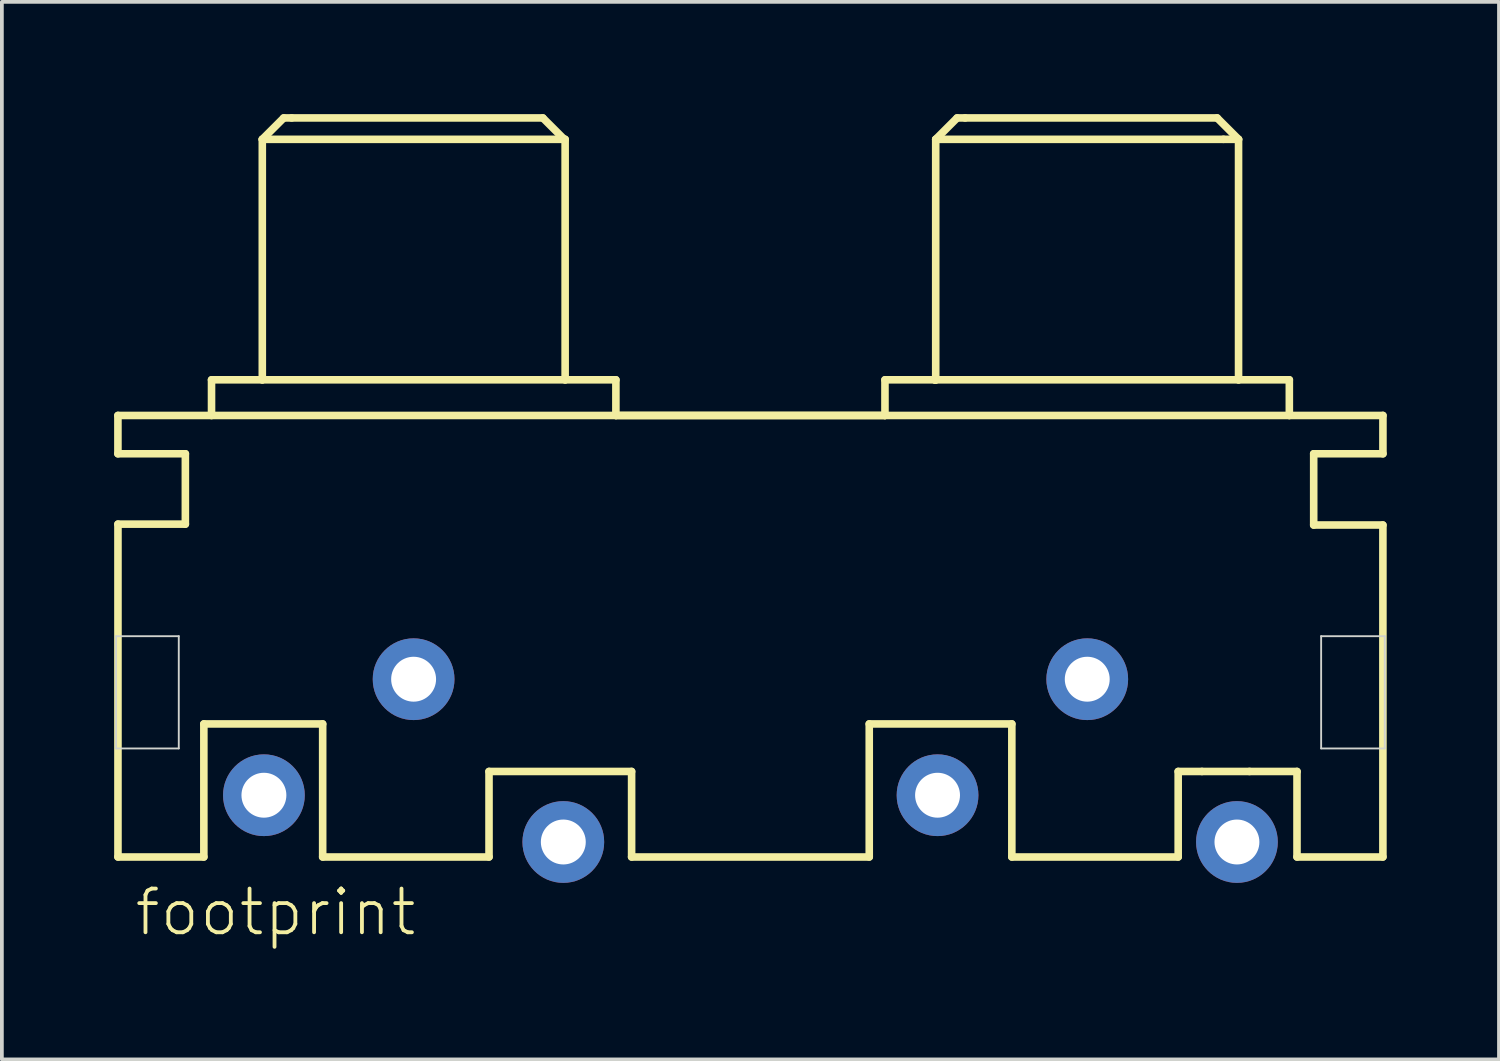
<source format=kicad_pcb>
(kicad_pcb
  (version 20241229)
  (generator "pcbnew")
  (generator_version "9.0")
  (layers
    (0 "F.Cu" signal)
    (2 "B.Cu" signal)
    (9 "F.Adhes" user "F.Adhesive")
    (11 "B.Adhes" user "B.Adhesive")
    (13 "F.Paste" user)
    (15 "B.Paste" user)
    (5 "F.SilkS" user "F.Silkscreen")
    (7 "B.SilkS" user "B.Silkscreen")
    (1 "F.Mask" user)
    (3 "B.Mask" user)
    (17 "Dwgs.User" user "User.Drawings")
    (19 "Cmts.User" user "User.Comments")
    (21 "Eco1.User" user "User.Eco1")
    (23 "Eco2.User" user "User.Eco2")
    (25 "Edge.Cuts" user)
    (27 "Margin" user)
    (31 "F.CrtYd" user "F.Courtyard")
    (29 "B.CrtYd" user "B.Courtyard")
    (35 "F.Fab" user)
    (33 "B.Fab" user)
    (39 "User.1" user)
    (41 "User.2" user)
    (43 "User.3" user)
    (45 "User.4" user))
  (footprint "footprint"
    (layer "F.Cu")
    (at 17.002 18.199)
    (property "Reference" "footprint" (at -16.51 3.81 0) (layer "F.SilkS") (effects (font (size 1.168 1.168) (thickness 0.102)) (justify left bottom)))
    (fp_line (start -16.901 -10.148) (end -16.901 -9.124) (stroke (width 0.203) (type solid)) (layer "F.SilkS"))
    (fp_line (start -16.901 -9.124) (end -15.099 -9.124) (stroke (width 0.203) (type solid)) (layer "F.SilkS"))
    (fp_line (start -16.9 -7.244) (end -16.9 1.65) (stroke (width 0.203) (type solid)) (layer "F.SilkS"))
    (fp_line (start -16.9 1.65) (end -14.605 1.65) (stroke (width 0.203) (type solid)) (layer "F.SilkS"))
    (fp_line (start -15.099 -9.124) (end -15.099 -7.244) (stroke (width 0.203) (type solid)) (layer "F.SilkS"))
    (fp_line (start -15.099 -7.244) (end -16.9 -7.244) (stroke (width 0.203) (type solid)) (layer "F.SilkS"))
    (fp_line (start -14.605 -1.905) (end -11.43 -1.905) (stroke (width 0.203) (type solid)) (layer "F.SilkS"))
    (fp_line (start -14.605 1.65) (end -14.605 -1.905) (stroke (width 0.203) (type solid)) (layer "F.SilkS"))
    (fp_line (start -14.4 -11.1) (end -14.4 -10.148) (stroke (width 0.203) (type solid)) (layer "F.SilkS"))
    (fp_line (start -14.4 -10.148) (end -16.901 -10.148) (stroke (width 0.203) (type solid)) (layer "F.SilkS"))
    (fp_line (start -13.043 -17.526) (end -13.043 -11.1) (stroke (width 0.203) (type solid)) (layer "F.SilkS"))
    (fp_line (start -13.043 -17.526) (end -12.472 -18.097) (stroke (width 0.203) (type solid)) (layer "F.SilkS"))
    (fp_line (start -13.043 -11.1) (end -14.4 -11.1) (stroke (width 0.203) (type solid)) (layer "F.SilkS"))
    (fp_line (start -12.472 -18.097) (end -12.258 -18.097) (stroke (width 0.203) (type solid)) (layer "F.SilkS"))
    (fp_line (start -11.43 -1.905) (end -11.43 1.65) (stroke (width 0.203) (type solid)) (layer "F.SilkS"))
    (fp_line (start -11.43 1.65) (end -6.985 1.65) (stroke (width 0.203) (type solid)) (layer "F.SilkS"))
    (fp_line (start -6.985 -0.635) (end -3.175 -0.635) (stroke (width 0.203) (type solid)) (layer "F.SilkS"))
    (fp_line (start -6.985 1.65) (end -6.985 -0.635) (stroke (width 0.203) (type solid)) (layer "F.SilkS"))
    (fp_line (start -5.546 -18.097) (end -12.258 -18.097) (stroke (width 0.203) (type solid)) (layer "F.SilkS"))
    (fp_line (start -4.975 -17.526) (end -5.546 -18.097) (stroke (width 0.203) (type solid)) (layer "F.SilkS"))
    (fp_line (start -4.951 -17.526) (end -13.043 -17.526) (stroke (width 0.203) (type solid)) (layer "F.SilkS"))
    (fp_line (start -4.951 -11.1) (end -13.043 -11.1) (stroke (width 0.203) (type solid)) (layer "F.SilkS"))
    (fp_line (start -4.951 -11.1) (end -4.951 -17.526) (stroke (width 0.203) (type solid)) (layer "F.SilkS"))
    (fp_line (start -3.595 -11.1) (end -4.951 -11.1) (stroke (width 0.203) (type solid)) (layer "F.SilkS"))
    (fp_line (start -3.595 -10.148) (end -14.4 -10.148) (stroke (width 0.203) (type solid)) (layer "F.SilkS"))
    (fp_line (start -3.595 -10.148) (end -3.595 -11.1) (stroke (width 0.203) (type solid)) (layer "F.SilkS"))
    (fp_line (start -3.175 -0.635) (end -3.175 1.65) (stroke (width 0.203) (type solid)) (layer "F.SilkS"))
    (fp_line (start -3.175 1.65) (end 3.175 1.65) (stroke (width 0.203) (type solid)) (layer "F.SilkS"))
    (fp_line (start 3.175 -1.905) (end 6.985 -1.905) (stroke (width 0.203) (type solid)) (layer "F.SilkS"))
    (fp_line (start 3.175 1.65) (end 3.175 -1.905) (stroke (width 0.203) (type solid)) (layer "F.SilkS"))
    (fp_line (start 3.595 -11.1) (end 3.595 -10.148) (stroke (width 0.203) (type solid)) (layer "F.SilkS"))
    (fp_line (start 3.595 -10.148) (end -3.595 -10.148) (stroke (width 0.203) (type solid)) (layer "F.SilkS"))
    (fp_line (start 3.595 -10.148) (end -3.595 -10.148) (stroke (width 0.203) (type solid)) (layer "F.SilkS"))
    (fp_line (start 4.927 -11.1) (end 3.595 -11.1) (stroke (width 0.203) (type solid)) (layer "F.SilkS"))
    (fp_line (start 4.927 -11.1) (end 4.951 -11.1) (stroke (width 0.203) (type solid)) (layer "F.SilkS"))
    (fp_line (start 4.951 -17.526) (end 4.951 -11.1) (stroke (width 0.203) (type solid)) (layer "F.SilkS"))
    (fp_line (start 4.951 -17.526) (end 5.522 -18.097) (stroke (width 0.203) (type solid)) (layer "F.SilkS"))
    (fp_line (start 4.951 -11.1) (end 4.927 -11.1) (stroke (width 0.203) (type solid)) (layer "F.SilkS"))
    (fp_line (start 4.951 -11.1) (end 4.927 -11.1) (stroke (width 0.203) (type solid)) (layer "F.SilkS"))
    (fp_line (start 5.522 -18.097) (end 5.737 -18.097) (stroke (width 0.203) (type solid)) (layer "F.SilkS"))
    (fp_line (start 6.985 -1.905) (end 6.985 1.65) (stroke (width 0.203) (type solid)) (layer "F.SilkS"))
    (fp_line (start 6.985 1.65) (end 11.43 1.65) (stroke (width 0.203) (type solid)) (layer "F.SilkS"))
    (fp_line (start 11.43 -0.635) (end 12.065 -0.635) (stroke (width 0.203) (type solid)) (layer "F.SilkS"))
    (fp_line (start 11.43 1.65) (end 11.43 -0.635) (stroke (width 0.203) (type solid)) (layer "F.SilkS"))
    (fp_line (start 12.065 -0.635) (end 13.335 -0.635) (stroke (width 0.203) (type solid)) (layer "F.SilkS"))
    (fp_line (start 12.472 -18.097) (end 5.737 -18.097) (stroke (width 0.203) (type solid)) (layer "F.SilkS"))
    (fp_line (start 12.639 -17.526) (end 4.951 -17.526) (stroke (width 0.203) (type solid)) (layer "F.SilkS"))
    (fp_line (start 13.043 -17.526) (end 12.472 -18.097) (stroke (width 0.203) (type solid)) (layer "F.SilkS"))
    (fp_line (start 13.043 -17.526) (end 12.639 -17.526) (stroke (width 0.203) (type solid)) (layer "F.SilkS"))
    (fp_line (start 13.043 -11.1) (end 4.951 -11.1) (stroke (width 0.203) (type solid)) (layer "F.SilkS"))
    (fp_line (start 13.043 -11.1) (end 13.043 -17.526) (stroke (width 0.203) (type solid)) (layer "F.SilkS"))
    (fp_line (start 13.335 -0.635) (end 14.605 -0.635) (stroke (width 0.203) (type solid)) (layer "F.SilkS"))
    (fp_line (start 14.4 -11.1) (end 13.043 -11.1) (stroke (width 0.203) (type solid)) (layer "F.SilkS"))
    (fp_line (start 14.4 -10.148) (end 3.595 -10.148) (stroke (width 0.203) (type solid)) (layer "F.SilkS"))
    (fp_line (start 14.4 -10.148) (end 14.4 -11.1) (stroke (width 0.203) (type solid)) (layer "F.SilkS"))
    (fp_line (start 14.605 -0.635) (end 14.605 1.65) (stroke (width 0.203) (type solid)) (layer "F.SilkS"))
    (fp_line (start 14.605 1.65) (end 16.9 1.65) (stroke (width 0.203) (type solid)) (layer "F.SilkS"))
    (fp_line (start 15.051 -9.124) (end 16.901 -9.124) (stroke (width 0.203) (type solid)) (layer "F.SilkS"))
    (fp_line (start 15.051 -7.22) (end 15.051 -9.124) (stroke (width 0.203) (type solid)) (layer "F.SilkS"))
    (fp_line (start 16.9 -7.22) (end 15.051 -7.22) (stroke (width 0.203) (type solid)) (layer "F.SilkS"))
    (fp_line (start 16.9 1.65) (end 16.9 -7.22) (stroke (width 0.203) (type solid)) (layer "F.SilkS"))
    (fp_line (start 16.901 -10.148) (end 14.4 -10.148) (stroke (width 0.203) (type solid)) (layer "F.SilkS"))
    (fp_line (start 16.901 -9.124) (end 16.901 -10.148) (stroke (width 0.203) (type solid)) (layer "F.SilkS"))
    (fp_line (start -16.95 -4.25) (end -15.275 -4.25) (stroke (width 0.05) (type solid)) (layer "Edge.Cuts"))
    (fp_line (start -16.95 -1.25) (end -16.95 -4.25) (stroke (width 0.05) (type solid)) (layer "Edge.Cuts"))
    (fp_line (start -15.275 -4.25) (end -15.275 -1.25) (stroke (width 0.05) (type solid)) (layer "Edge.Cuts"))
    (fp_line (start -15.275 -1.25) (end -16.95 -1.25) (stroke (width 0.05) (type solid)) (layer "Edge.Cuts"))
    (fp_line (start 15.25 -4.25) (end 15.25 -1.25) (stroke (width 0.05) (type solid)) (layer "Edge.Cuts"))
    (fp_line (start 15.25 -1.25) (end 16.95 -1.25) (stroke (width 0.05) (type solid)) (layer "Edge.Cuts"))
    (fp_line (start 16.95 -4.25) (end 15.25 -4.25) (stroke (width 0.05) (type solid)) (layer "Edge.Cuts"))
    (fp_line (start 16.95 -1.25) (end 16.95 -4.25) (stroke (width 0.05) (type solid)) (layer "Edge.Cuts"))
    (pad "1" thru_hole circle (at 9 -3.1 180) (size 2.184 2.184) (drill 1.2) (layers "*.Cu" "*.Mask"))
    (pad "2" thru_hole circle (at 5 0 180) (size 2.184 2.184) (drill 1.2) (layers "*.Cu" "*.Mask"))
    (pad "3" thru_hole circle (at 13 1.25 180) (size 2.184 2.184) (drill 1.2) (layers "*.Cu" "*.Mask"))
    (pad "4" thru_hole circle (at -9 -3.1 180) (size 2.184 2.184) (drill 1.2) (layers "*.Cu" "*.Mask"))
    (pad "5" thru_hole circle (at -13 0 180) (size 2.184 2.184) (drill 1.2) (layers "*.Cu" "*.Mask"))
    (pad "6" thru_hole circle (at -5 1.25 180) (size 2.184 2.184) (drill 1.2) (layers "*.Cu" "*.Mask")))
  (gr_rect
    (start -3 -3)
    (end 37.004 25.259)
    (stroke (width 0.1) (type default))
    (fill no)
    (layer "Edge.Cuts")))
</source>
